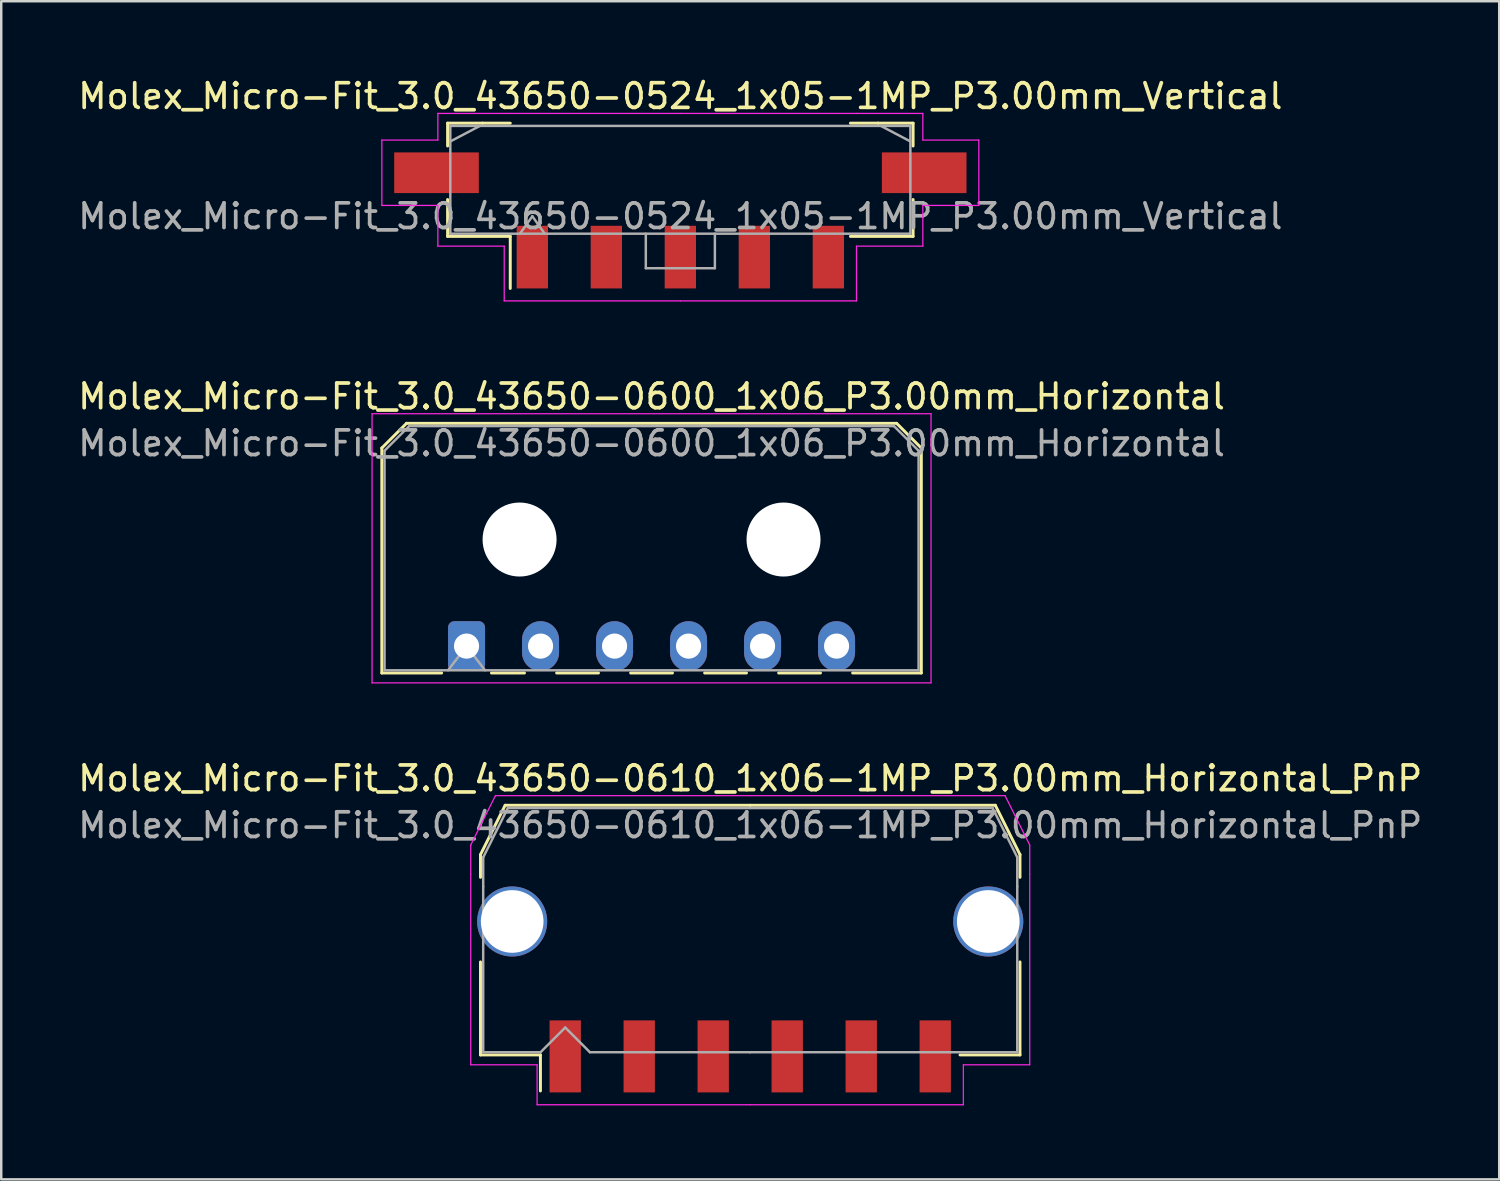
<source format=kicad_pcb>
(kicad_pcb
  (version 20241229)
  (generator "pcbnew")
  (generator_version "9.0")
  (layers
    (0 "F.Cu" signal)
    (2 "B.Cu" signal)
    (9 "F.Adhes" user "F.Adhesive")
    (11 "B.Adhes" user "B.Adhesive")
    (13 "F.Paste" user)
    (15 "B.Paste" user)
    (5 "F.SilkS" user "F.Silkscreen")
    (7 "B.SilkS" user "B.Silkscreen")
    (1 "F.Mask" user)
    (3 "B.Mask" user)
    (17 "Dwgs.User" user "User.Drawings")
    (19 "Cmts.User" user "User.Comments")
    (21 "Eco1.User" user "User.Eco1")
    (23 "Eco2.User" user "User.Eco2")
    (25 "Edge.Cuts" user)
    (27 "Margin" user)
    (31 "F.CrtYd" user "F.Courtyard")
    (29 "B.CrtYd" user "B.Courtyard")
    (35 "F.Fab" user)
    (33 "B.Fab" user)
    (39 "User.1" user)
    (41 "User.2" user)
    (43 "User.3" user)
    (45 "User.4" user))
  (footprint "Molex_Micro-Fit_3.0_43650-0600_1x06_P3.00mm_Horizontal"
    (layer "F.Cu")
    (at 15.863 23.142)
    (property "Reference" "Molex_Micro-Fit_3.0_43650-0600_1x06_P3.00mm_Horizontal" (at 7.5 -10.12 0) (layer "F.SilkS") (effects (font (size 1 1) (thickness 0.15))))
    (attr through_hole)
    (fp_line (start -3.435 -8.03) (end -2.435 -9.03) (stroke (width 0.12) (type solid)) (layer "F.SilkS"))
    (fp_line (start -3.435 1.09) (end -3.435 -8.03) (stroke (width 0.12) (type solid)) (layer "F.SilkS"))
    (fp_line (start -3.435 1.09) (end -1.01 1.09) (stroke (width 0.12) (type solid)) (layer "F.SilkS"))
    (fp_line (start -2.435 -9.03) (end 17.435 -9.03) (stroke (width 0.12) (type solid)) (layer "F.SilkS"))
    (fp_line (start 1.01 1.09) (end 2.348 1.09) (stroke (width 0.12) (type solid)) (layer "F.SilkS"))
    (fp_line (start 3.652 1.09) (end 5.348 1.09) (stroke (width 0.12) (type solid)) (layer "F.SilkS"))
    (fp_line (start 6.652 1.09) (end 8.348 1.09) (stroke (width 0.12) (type solid)) (layer "F.SilkS"))
    (fp_line (start 9.652 1.09) (end 11.348 1.09) (stroke (width 0.12) (type solid)) (layer "F.SilkS"))
    (fp_line (start 12.652 1.09) (end 14.348 1.09) (stroke (width 0.12) (type solid)) (layer "F.SilkS"))
    (fp_line (start 17.435 -9.03) (end 18.435 -8.03) (stroke (width 0.12) (type solid)) (layer "F.SilkS"))
    (fp_line (start 18.435 -8.03) (end 18.435 1.09) (stroke (width 0.12) (type solid)) (layer "F.SilkS"))
    (fp_line (start 18.435 1.09) (end 15.652 1.09) (stroke (width 0.12) (type solid)) (layer "F.SilkS"))
    (fp_line (start -3.83 -9.42) (end 18.83 -9.42) (stroke (width 0.05) (type solid)) (layer "F.CrtYd"))
    (fp_line (start -3.83 1.49) (end -3.83 -9.42) (stroke (width 0.05) (type solid)) (layer "F.CrtYd"))
    (fp_line (start 18.83 -9.42) (end 18.83 1.49) (stroke (width 0.05) (type solid)) (layer "F.CrtYd"))
    (fp_line (start 18.83 1.49) (end -3.83 1.49) (stroke (width 0.05) (type solid)) (layer "F.CrtYd"))
    (fp_line (start -3.325 -7.92) (end -2.325 -8.92) (stroke (width 0.1) (type solid)) (layer "F.Fab"))
    (fp_line (start -3.325 0.98) (end -3.325 -7.92) (stroke (width 0.1) (type solid)) (layer "F.Fab"))
    (fp_line (start -2.325 -8.92) (end 17.325 -8.92) (stroke (width 0.1) (type solid)) (layer "F.Fab"))
    (fp_line (start -0.75 0.98) (end 0 0) (stroke (width 0.1) (type solid)) (layer "F.Fab"))
    (fp_line (start 0 0) (end 0.75 0.98) (stroke (width 0.1) (type solid)) (layer "F.Fab"))
    (fp_line (start 17.325 -8.92) (end 18.325 -7.92) (stroke (width 0.1) (type solid)) (layer "F.Fab"))
    (fp_line (start 18.325 -7.92) (end 18.325 0.98) (stroke (width 0.1) (type solid)) (layer "F.Fab"))
    (fp_line (start 18.325 0.98) (end -3.325 0.98) (stroke (width 0.1) (type solid)) (layer "F.Fab"))
    (fp_text user "${REFERENCE}" (at 7.5 -8.22 0) (layer "F.Fab") (effects (font (size 1 1) (thickness 0.15))))
    (pad "" np_thru_hole circle (at 2.15 -4.32) (size 3 3) (drill 3) (layers "*.Cu" "*.Mask"))
    (pad "" np_thru_hole circle (at 12.85 -4.32) (size 3 3) (drill 3) (layers "*.Cu" "*.Mask"))
    (pad "1" thru_hole roundrect (at 0 0) (size 1.5 2.02) (drill 1.02) (layers "*.Cu" "*.Mask") (roundrect_rratio 0.167))
    (pad "2" thru_hole oval (at 3 0) (size 1.5 2.02) (drill 1.02) (layers "*.Cu" "*.Mask"))
    (pad "3" thru_hole oval (at 6 0) (size 1.5 2.02) (drill 1.02) (layers "*.Cu" "*.Mask"))
    (pad "4" thru_hole oval (at 9 0) (size 1.5 2.02) (drill 1.02) (layers "*.Cu" "*.Mask"))
    (pad "5" thru_hole oval (at 12 0) (size 1.5 2.02) (drill 1.02) (layers "*.Cu" "*.Mask"))
    (pad "6" thru_hole oval (at 15 0) (size 1.5 2.02) (drill 1.02) (layers "*.Cu" "*.Mask")))
  (footprint "Molex_Micro-Fit_3.0_43650-0610_1x06-1MP_P3.00mm_Horizontal_PnP"
    (layer "F.Cu")
    (at 27.363 34.655)
    (property "Reference" "Molex_Micro-Fit_3.0_43650-0610_1x06-1MP_P3.00mm_Horizontal_PnP" (at 0 -6.15 0) (layer "F.SilkS") (effects (font (size 1 1) (thickness 0.15))))
    (attr smd)
    (fp_line (start -10.935 -3.06) (end -10.935 -2.14) (stroke (width 0.12) (type solid)) (layer "F.SilkS"))
    (fp_line (start -10.935 1.29) (end -10.935 5.06) (stroke (width 0.12) (type solid)) (layer "F.SilkS"))
    (fp_line (start -10.935 5.06) (end -8.505 5.06) (stroke (width 0.12) (type solid)) (layer "F.SilkS"))
    (fp_line (start -9.935 -5.06) (end -10.935 -3.06) (stroke (width 0.12) (type solid)) (layer "F.SilkS"))
    (fp_line (start -8.505 5.06) (end -8.505 6.52) (stroke (width 0.12) (type solid)) (layer "F.SilkS"))
    (fp_line (start 0 -5.06) (end -9.935 -5.06) (stroke (width 0.12) (type solid)) (layer "F.SilkS"))
    (fp_line (start 0 -5.06) (end 9.935 -5.06) (stroke (width 0.12) (type solid)) (layer "F.SilkS"))
    (fp_line (start 9.935 -5.06) (end 10.935 -3.06) (stroke (width 0.12) (type solid)) (layer "F.SilkS"))
    (fp_line (start 10.935 -3.06) (end 10.935 -2.14) (stroke (width 0.12) (type solid)) (layer "F.SilkS"))
    (fp_line (start 10.935 1.29) (end 10.935 5.06) (stroke (width 0.12) (type solid)) (layer "F.SilkS"))
    (fp_line (start 10.935 5.06) (end 8.505 5.06) (stroke (width 0.12) (type solid)) (layer "F.SilkS"))
    (fp_line (start -11.33 -3.45) (end -11.33 -2.27) (stroke (width 0.05) (type solid)) (layer "F.CrtYd"))
    (fp_line (start -11.33 -2.27) (end -11.33 5.46) (stroke (width 0.05) (type solid)) (layer "F.CrtYd"))
    (fp_line (start -11.33 5.46) (end -8.64 5.46) (stroke (width 0.05) (type solid)) (layer "F.CrtYd"))
    (fp_line (start -10.33 -5.45) (end -11.33 -3.45) (stroke (width 0.05) (type solid)) (layer "F.CrtYd"))
    (fp_line (start -8.64 5.46) (end -8.64 7.08) (stroke (width 0.05) (type solid)) (layer "F.CrtYd"))
    (fp_line (start -8.64 7.08) (end 0 7.08) (stroke (width 0.05) (type solid)) (layer "F.CrtYd"))
    (fp_line (start 0 -5.45) (end -10.33 -5.45) (stroke (width 0.05) (type solid)) (layer "F.CrtYd"))
    (fp_line (start 0 -5.45) (end 10.33 -5.45) (stroke (width 0.05) (type solid)) (layer "F.CrtYd"))
    (fp_line (start 8.64 5.46) (end 8.64 7.08) (stroke (width 0.05) (type solid)) (layer "F.CrtYd"))
    (fp_line (start 8.64 7.08) (end 0 7.08) (stroke (width 0.05) (type solid)) (layer "F.CrtYd"))
    (fp_line (start 10.33 -5.45) (end 11.33 -3.45) (stroke (width 0.05) (type solid)) (layer "F.CrtYd"))
    (fp_line (start 11.33 -3.45) (end 11.33 -2.27) (stroke (width 0.05) (type solid)) (layer "F.CrtYd"))
    (fp_line (start 11.33 -2.27) (end 11.33 5.46) (stroke (width 0.05) (type solid)) (layer "F.CrtYd"))
    (fp_line (start 11.33 5.46) (end 8.64 5.46) (stroke (width 0.05) (type solid)) (layer "F.CrtYd"))
    (fp_line (start -10.825 -2.95) (end -10.825 -1.77) (stroke (width 0.1) (type solid)) (layer "F.Fab"))
    (fp_line (start -10.825 -1.77) (end -10.825 4.95) (stroke (width 0.1) (type solid)) (layer "F.Fab"))
    (fp_line (start -10.825 4.95) (end -8.5 4.95) (stroke (width 0.1) (type solid)) (layer "F.Fab"))
    (fp_line (start -9.825 -4.95) (end -10.825 -2.95) (stroke (width 0.1) (type solid)) (layer "F.Fab"))
    (fp_line (start -8.5 4.95) (end -7.5 3.95) (stroke (width 0.1) (type solid)) (layer "F.Fab"))
    (fp_line (start -7.5 3.95) (end -6.5 4.95) (stroke (width 0.1) (type solid)) (layer "F.Fab"))
    (fp_line (start -6.5 4.95) (end 0 4.95) (stroke (width 0.1) (type solid)) (layer "F.Fab"))
    (fp_line (start 0 -4.95) (end -9.825 -4.95) (stroke (width 0.1) (type solid)) (layer "F.Fab"))
    (fp_line (start 0 -4.95) (end 9.825 -4.95) (stroke (width 0.1) (type solid)) (layer "F.Fab"))
    (fp_line (start 8.135 4.95) (end 0 4.95) (stroke (width 0.1) (type solid)) (layer "F.Fab"))
    (fp_line (start 9.825 -4.95) (end 10.825 -2.95) (stroke (width 0.1) (type solid)) (layer "F.Fab"))
    (fp_line (start 10.825 -2.95) (end 10.825 -1.77) (stroke (width 0.1) (type solid)) (layer "F.Fab"))
    (fp_line (start 10.825 -1.77) (end 10.825 4.95) (stroke (width 0.1) (type solid)) (layer "F.Fab"))
    (fp_line (start 10.825 4.95) (end 8.135 4.95) (stroke (width 0.1) (type solid)) (layer "F.Fab"))
    (fp_text user "${REFERENCE}" (at 0 -4.25 0) (layer "F.Fab") (effects (font (size 1 1) (thickness 0.15))))
    (pad "1" smd rect (at -7.5 5.12) (size 1.27 2.92) (layers "F.Cu" "F.Mask" "F.Paste"))
    (pad "2" smd rect (at -4.5 5.12) (size 1.27 2.92) (layers "F.Cu" "F.Mask" "F.Paste"))
    (pad "3" smd rect (at -1.5 5.12) (size 1.27 2.92) (layers "F.Cu" "F.Mask" "F.Paste"))
    (pad "4" smd rect (at 1.5 5.12) (size 1.27 2.92) (layers "F.Cu" "F.Mask" "F.Paste"))
    (pad "5" smd rect (at 4.5 5.12) (size 1.27 2.92) (layers "F.Cu" "F.Mask" "F.Paste"))
    (pad "6" smd rect (at 7.5 5.12) (size 1.27 2.92) (layers "F.Cu" "F.Mask" "F.Paste"))
    (pad "MP" thru_hole circle (at -9.65 -0.35) (size 2.84 2.84) (drill 2.54) (property pad_prop_heatsink) (layers "*.Cu" "*.Mask"))
    (pad "MP" thru_hole circle (at 9.65 -0.35) (size 2.84 2.84) (drill 2.54) (property pad_prop_heatsink) (layers "*.Cu" "*.Mask")))
  (footprint "Molex_Micro-Fit_3.0_43650-0524_1x05-1MP_P3.00mm_Vertical"
    (layer "F.Cu")
    (at 24.53 4.238)
    (property "Reference" "Molex_Micro-Fit_3.0_43650-0524_1x05-1MP_P3.00mm_Vertical" (at 0 -3.39 0) (layer "F.SilkS") (effects (font (size 1 1) (thickness 0.15))))
    (attr smd)
    (fp_line (start -9.435 -2.295) (end -8.015 -2.295) (stroke (width 0.12) (type solid)) (layer "F.SilkS"))
    (fp_line (start -9.435 -1.37) (end -9.435 -2.295) (stroke (width 0.12) (type solid)) (layer "F.SilkS"))
    (fp_line (start -9.435 0.8) (end -9.435 2.295) (stroke (width 0.12) (type solid)) (layer "F.SilkS"))
    (fp_line (start -9.435 2.295) (end -6.895 2.295) (stroke (width 0.12) (type solid)) (layer "F.SilkS"))
    (fp_line (start -8.015 -2.295) (end -6.895 -2.295) (stroke (width 0.12) (type solid)) (layer "F.SilkS"))
    (fp_line (start -6.895 2.295) (end -6.895 4.405) (stroke (width 0.12) (type solid)) (layer "F.SilkS"))
    (fp_line (start 8.015 -2.295) (end 6.895 -2.295) (stroke (width 0.12) (type solid)) (layer "F.SilkS"))
    (fp_line (start 9.435 -2.295) (end 8.015 -2.295) (stroke (width 0.12) (type solid)) (layer "F.SilkS"))
    (fp_line (start 9.435 -1.37) (end 9.435 -2.295) (stroke (width 0.12) (type solid)) (layer "F.SilkS"))
    (fp_line (start 9.435 0.8) (end 9.435 2.295) (stroke (width 0.12) (type solid)) (layer "F.SilkS"))
    (fp_line (start 9.435 2.295) (end 6.895 2.295) (stroke (width 0.12) (type solid)) (layer "F.SilkS"))
    (fp_line (start -12.1 -1.61) (end -12.1 1.04) (stroke (width 0.05) (type solid)) (layer "F.CrtYd"))
    (fp_line (start -12.1 1.04) (end -9.83 1.04) (stroke (width 0.05) (type solid)) (layer "F.CrtYd"))
    (fp_line (start -9.83 -2.69) (end -9.83 -1.61) (stroke (width 0.05) (type solid)) (layer "F.CrtYd"))
    (fp_line (start -9.83 -1.61) (end -12.1 -1.61) (stroke (width 0.05) (type solid)) (layer "F.CrtYd"))
    (fp_line (start -9.83 1.04) (end -9.83 2.69) (stroke (width 0.05) (type solid)) (layer "F.CrtYd"))
    (fp_line (start -9.83 2.69) (end -7.14 2.69) (stroke (width 0.05) (type solid)) (layer "F.CrtYd"))
    (fp_line (start -7.14 -2.69) (end -9.83 -2.69) (stroke (width 0.05) (type solid)) (layer "F.CrtYd"))
    (fp_line (start -7.14 2.69) (end -7.14 4.91) (stroke (width 0.05) (type solid)) (layer "F.CrtYd"))
    (fp_line (start -7.14 4.91) (end 0 4.91) (stroke (width 0.05) (type solid)) (layer "F.CrtYd"))
    (fp_line (start 0 -2.69) (end -7.14 -2.69) (stroke (width 0.05) (type solid)) (layer "F.CrtYd"))
    (fp_line (start 0 -2.69) (end 7.14 -2.69) (stroke (width 0.05) (type solid)) (layer "F.CrtYd"))
    (fp_line (start 7.14 -2.69) (end 9.83 -2.69) (stroke (width 0.05) (type solid)) (layer "F.CrtYd"))
    (fp_line (start 7.14 2.69) (end 7.14 4.91) (stroke (width 0.05) (type solid)) (layer "F.CrtYd"))
    (fp_line (start 7.14 4.91) (end 0 4.91) (stroke (width 0.05) (type solid)) (layer "F.CrtYd"))
    (fp_line (start 9.83 -2.69) (end 9.83 -1.61) (stroke (width 0.05) (type solid)) (layer "F.CrtYd"))
    (fp_line (start 9.83 -1.61) (end 12.1 -1.61) (stroke (width 0.05) (type solid)) (layer "F.CrtYd"))
    (fp_line (start 9.83 1.04) (end 9.83 2.69) (stroke (width 0.05) (type solid)) (layer "F.CrtYd"))
    (fp_line (start 9.83 2.69) (end 7.14 2.69) (stroke (width 0.05) (type solid)) (layer "F.CrtYd"))
    (fp_line (start 12.1 -1.61) (end 12.1 1.04) (stroke (width 0.05) (type solid)) (layer "F.CrtYd"))
    (fp_line (start 12.1 1.04) (end 9.83 1.04) (stroke (width 0.05) (type solid)) (layer "F.CrtYd"))
    (fp_line (start -9.325 -2.185) (end -9.325 2.185) (stroke (width 0.1) (type solid)) (layer "F.Fab"))
    (fp_line (start -9.325 -1.555) (end -8.125 -2.185) (stroke (width 0.1) (type solid)) (layer "F.Fab"))
    (fp_line (start -9.325 2.185) (end 9.325 2.185) (stroke (width 0.1) (type solid)) (layer "F.Fab"))
    (fp_line (start -8.125 -2.185) (end -9.325 -2.185) (stroke (width 0.1) (type solid)) (layer "F.Fab"))
    (fp_line (start -6.5 2.185) (end -6 1.478) (stroke (width 0.1) (type solid)) (layer "F.Fab"))
    (fp_line (start -6 1.478) (end -5.5 2.185) (stroke (width 0.1) (type solid)) (layer "F.Fab"))
    (fp_line (start -1.4 2.185) (end -1.4 3.585) (stroke (width 0.1) (type solid)) (layer "F.Fab"))
    (fp_line (start -1.4 3.585) (end 1.4 3.585) (stroke (width 0.1) (type solid)) (layer "F.Fab"))
    (fp_line (start 1.4 3.585) (end 1.4 2.185) (stroke (width 0.1) (type solid)) (layer "F.Fab"))
    (fp_line (start 8.125 -2.185) (end -8.125 -2.185) (stroke (width 0.1) (type solid)) (layer "F.Fab"))
    (fp_line (start 9.325 -2.185) (end 8.125 -2.185) (stroke (width 0.1) (type solid)) (layer "F.Fab"))
    (fp_line (start 9.325 -1.555) (end 8.125 -2.185) (stroke (width 0.1) (type solid)) (layer "F.Fab"))
    (fp_line (start 9.325 2.185) (end 9.325 -2.185) (stroke (width 0.1) (type solid)) (layer "F.Fab"))
    (fp_text user "${REFERENCE}" (at 0 1.48 0) (layer "F.Fab") (effects (font (size 1 1) (thickness 0.15))))
    (pad "1" smd rect (at -6 3.135) (size 1.27 2.54) (layers "F.Cu" "F.Mask" "F.Paste"))
    (pad "2" smd rect (at -3 3.135) (size 1.27 2.54) (layers "F.Cu" "F.Mask" "F.Paste"))
    (pad "3" smd rect (at 0 3.135) (size 1.27 2.54) (layers "F.Cu" "F.Mask" "F.Paste"))
    (pad "4" smd rect (at 3 3.135) (size 1.27 2.54) (layers "F.Cu" "F.Mask" "F.Paste"))
    (pad "5" smd rect (at 6 3.135) (size 1.27 2.54) (layers "F.Cu" "F.Mask" "F.Paste"))
    (pad "MP" smd rect (at -9.885 -0.285) (size 3.43 1.65) (layers "F.Cu" "F.Mask" "F.Paste"))
    (pad "MP" smd rect (at 9.885 -0.285) (size 3.43 1.65) (layers "F.Cu" "F.Mask" "F.Paste")))
  (gr_rect
    (start -3 -3)
    (end 57.726 44.76)
    (stroke (width 0.1) (type default))
    (fill no)
    (layer "Edge.Cuts")))
</source>
